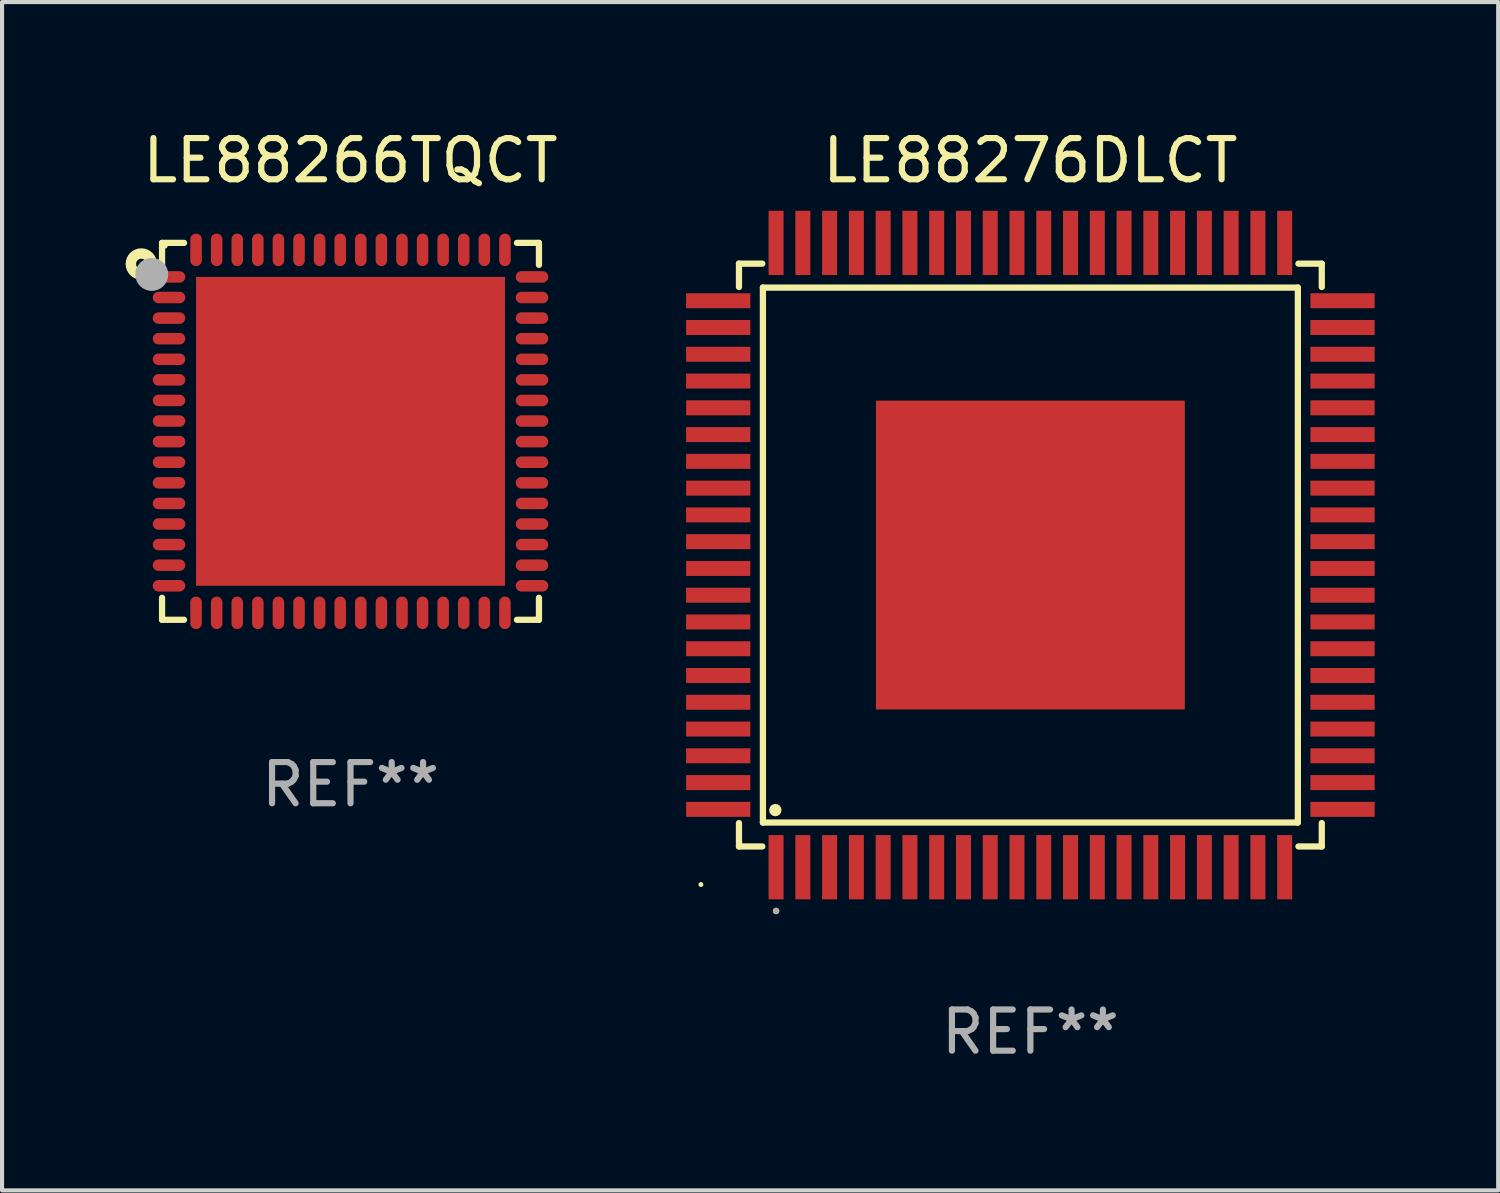
<source format=kicad_pcb>
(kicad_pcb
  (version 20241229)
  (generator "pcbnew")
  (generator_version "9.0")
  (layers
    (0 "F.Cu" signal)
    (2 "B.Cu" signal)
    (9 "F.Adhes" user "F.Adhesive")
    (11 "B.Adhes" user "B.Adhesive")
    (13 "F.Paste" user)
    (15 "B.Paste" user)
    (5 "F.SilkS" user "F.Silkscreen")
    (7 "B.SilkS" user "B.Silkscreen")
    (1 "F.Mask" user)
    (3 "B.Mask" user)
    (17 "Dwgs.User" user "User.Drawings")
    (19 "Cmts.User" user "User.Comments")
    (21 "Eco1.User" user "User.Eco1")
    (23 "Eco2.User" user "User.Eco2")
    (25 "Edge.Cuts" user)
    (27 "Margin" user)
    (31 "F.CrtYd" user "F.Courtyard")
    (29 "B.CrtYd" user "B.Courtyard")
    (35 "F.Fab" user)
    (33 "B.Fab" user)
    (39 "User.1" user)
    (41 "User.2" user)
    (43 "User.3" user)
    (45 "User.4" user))
  (footprint "LE88266TQCT"
    (layer "F.Cu")
    (at 5.461 7.424)
    (property "Reference" "LE88266TQCT" (at 0 -6.576 0) (layer "F.SilkS") (effects (font (size 1 1) (thickness 0.15))))
    (attr through_hole)
    (fp_line (start -4.576 -4.576) (end -4.042 -4.576) (stroke (width 0.152) (type solid)) (layer "F.SilkS"))
    (fp_line (start -4.576 -4.042) (end -4.576 -4.576) (stroke (width 0.152) (type solid)) (layer "F.SilkS"))
    (fp_line (start -4.576 4.042) (end -4.576 4.576) (stroke (width 0.152) (type solid)) (layer "F.SilkS"))
    (fp_line (start -4.576 4.576) (end -4.042 4.576) (stroke (width 0.152) (type solid)) (layer "F.SilkS"))
    (fp_line (start 4.576 -4.576) (end 4.042 -4.576) (stroke (width 0.152) (type solid)) (layer "F.SilkS"))
    (fp_line (start 4.576 -4.042) (end 4.576 -4.576) (stroke (width 0.152) (type solid)) (layer "F.SilkS"))
    (fp_line (start 4.576 4.042) (end 4.576 4.576) (stroke (width 0.152) (type solid)) (layer "F.SilkS"))
    (fp_line (start 4.576 4.576) (end 4.042 4.576) (stroke (width 0.152) (type solid)) (layer "F.SilkS"))
    (fp_circle (center -5.08 -4.064) (end -4.826 -4.064) (stroke (width 0.254) (type solid)) (fill no) (layer "F.SilkS"))
    (fp_circle (center -4.5 -4.5) (end -4.47 -4.5) (stroke (width 0.06) (type solid)) (fill no) (layer "F.SilkS"))
    (fp_circle (center -4.826 -3.81) (end -4.626 -3.81) (stroke (width 0.4) (type solid)) (fill no) (layer "F.Fab"))
    (fp_text user "REF**" (at 0 8.576 0) (layer "F.Fab") (effects (font (size 1 1) (thickness 0.15))))
    (pad "1" smd oval (at -4.407 -3.75) (size 0.79 0.28) (layers "F.Cu" "F.Mask" "F.Paste"))
    (pad "2" smd oval (at -4.407 -3.25) (size 0.79 0.28) (layers "F.Cu" "F.Mask" "F.Paste"))
    (pad "3" smd oval (at -4.407 -2.75) (size 0.79 0.28) (layers "F.Cu" "F.Mask" "F.Paste"))
    (pad "4" smd oval (at -4.407 -2.25) (size 0.79 0.28) (layers "F.Cu" "F.Mask" "F.Paste"))
    (pad "5" smd oval (at -4.407 -1.75) (size 0.79 0.28) (layers "F.Cu" "F.Mask" "F.Paste"))
    (pad "6" smd oval (at -4.407 -1.25) (size 0.79 0.28) (layers "F.Cu" "F.Mask" "F.Paste"))
    (pad "7" smd oval (at -4.407 -0.75) (size 0.79 0.28) (layers "F.Cu" "F.Mask" "F.Paste"))
    (pad "8" smd oval (at -4.407 -0.25) (size 0.79 0.28) (layers "F.Cu" "F.Mask" "F.Paste"))
    (pad "9" smd oval (at -4.407 0.25) (size 0.79 0.28) (layers "F.Cu" "F.Mask" "F.Paste"))
    (pad "10" smd oval (at -4.407 0.75) (size 0.79 0.28) (layers "F.Cu" "F.Mask" "F.Paste"))
    (pad "11" smd oval (at -4.407 1.25) (size 0.79 0.28) (layers "F.Cu" "F.Mask" "F.Paste"))
    (pad "12" smd oval (at -4.407 1.75) (size 0.79 0.28) (layers "F.Cu" "F.Mask" "F.Paste"))
    (pad "13" smd oval (at -4.407 2.25) (size 0.79 0.28) (layers "F.Cu" "F.Mask" "F.Paste"))
    (pad "14" smd oval (at -4.407 2.75) (size 0.79 0.28) (layers "F.Cu" "F.Mask" "F.Paste"))
    (pad "15" smd oval (at -4.407 3.25) (size 0.79 0.28) (layers "F.Cu" "F.Mask" "F.Paste"))
    (pad "16" smd oval (at -4.407 3.75) (size 0.79 0.28) (layers "F.Cu" "F.Mask" "F.Paste"))
    (pad "17" smd oval (at -3.75 4.407) (size 0.28 0.79) (layers "F.Cu" "F.Mask" "F.Paste"))
    (pad "18" smd oval (at -3.25 4.407) (size 0.28 0.79) (layers "F.Cu" "F.Mask" "F.Paste"))
    (pad "19" smd oval (at -2.75 4.407) (size 0.28 0.79) (layers "F.Cu" "F.Mask" "F.Paste"))
    (pad "20" smd oval (at -2.25 4.407) (size 0.28 0.79) (layers "F.Cu" "F.Mask" "F.Paste"))
    (pad "21" smd oval (at -1.75 4.407) (size 0.28 0.79) (layers "F.Cu" "F.Mask" "F.Paste"))
    (pad "22" smd oval (at -1.25 4.407) (size 0.28 0.79) (layers "F.Cu" "F.Mask" "F.Paste"))
    (pad "23" smd oval (at -0.75 4.407) (size 0.28 0.79) (layers "F.Cu" "F.Mask" "F.Paste"))
    (pad "24" smd oval (at -0.25 4.407) (size 0.28 0.79) (layers "F.Cu" "F.Mask" "F.Paste"))
    (pad "25" smd oval (at 0.25 4.407) (size 0.28 0.79) (layers "F.Cu" "F.Mask" "F.Paste"))
    (pad "26" smd oval (at 0.75 4.407) (size 0.28 0.79) (layers "F.Cu" "F.Mask" "F.Paste"))
    (pad "27" smd oval (at 1.25 4.407) (size 0.28 0.79) (layers "F.Cu" "F.Mask" "F.Paste"))
    (pad "28" smd oval (at 1.75 4.407) (size 0.28 0.79) (layers "F.Cu" "F.Mask" "F.Paste"))
    (pad "29" smd oval (at 2.25 4.407) (size 0.28 0.79) (layers "F.Cu" "F.Mask" "F.Paste"))
    (pad "30" smd oval (at 2.75 4.407) (size 0.28 0.79) (layers "F.Cu" "F.Mask" "F.Paste"))
    (pad "31" smd oval (at 3.25 4.407) (size 0.28 0.79) (layers "F.Cu" "F.Mask" "F.Paste"))
    (pad "32" smd oval (at 3.75 4.407) (size 0.28 0.79) (layers "F.Cu" "F.Mask" "F.Paste"))
    (pad "33" smd oval (at 4.407 3.75) (size 0.79 0.28) (layers "F.Cu" "F.Mask" "F.Paste"))
    (pad "34" smd oval (at 4.407 3.25) (size 0.79 0.28) (layers "F.Cu" "F.Mask" "F.Paste"))
    (pad "35" smd oval (at 4.407 2.75) (size 0.79 0.28) (layers "F.Cu" "F.Mask" "F.Paste"))
    (pad "36" smd oval (at 4.407 2.25) (size 0.79 0.28) (layers "F.Cu" "F.Mask" "F.Paste"))
    (pad "37" smd oval (at 4.407 1.75) (size 0.79 0.28) (layers "F.Cu" "F.Mask" "F.Paste"))
    (pad "38" smd oval (at 4.407 1.25) (size 0.79 0.28) (layers "F.Cu" "F.Mask" "F.Paste"))
    (pad "39" smd oval (at 4.407 0.75) (size 0.79 0.28) (layers "F.Cu" "F.Mask" "F.Paste"))
    (pad "40" smd oval (at 4.407 0.25) (size 0.79 0.28) (layers "F.Cu" "F.Mask" "F.Paste"))
    (pad "41" smd oval (at 4.407 -0.25) (size 0.79 0.28) (layers "F.Cu" "F.Mask" "F.Paste"))
    (pad "42" smd oval (at 4.407 -0.75) (size 0.79 0.28) (layers "F.Cu" "F.Mask" "F.Paste"))
    (pad "43" smd oval (at 4.407 -1.25) (size 0.79 0.28) (layers "F.Cu" "F.Mask" "F.Paste"))
    (pad "44" smd oval (at 4.407 -1.75) (size 0.79 0.28) (layers "F.Cu" "F.Mask" "F.Paste"))
    (pad "45" smd oval (at 4.407 -2.25) (size 0.79 0.28) (layers "F.Cu" "F.Mask" "F.Paste"))
    (pad "46" smd oval (at 4.407 -2.75) (size 0.79 0.28) (layers "F.Cu" "F.Mask" "F.Paste"))
    (pad "47" smd oval (at 4.407 -3.25) (size 0.79 0.28) (layers "F.Cu" "F.Mask" "F.Paste"))
    (pad "48" smd oval (at 4.407 -3.75) (size 0.79 0.28) (layers "F.Cu" "F.Mask" "F.Paste"))
    (pad "49" smd oval (at 3.75 -4.407) (size 0.28 0.79) (layers "F.Cu" "F.Mask" "F.Paste"))
    (pad "50" smd oval (at 3.25 -4.407) (size 0.28 0.79) (layers "F.Cu" "F.Mask" "F.Paste"))
    (pad "51" smd oval (at 2.75 -4.407) (size 0.28 0.79) (layers "F.Cu" "F.Mask" "F.Paste"))
    (pad "52" smd oval (at 2.25 -4.407) (size 0.28 0.79) (layers "F.Cu" "F.Mask" "F.Paste"))
    (pad "53" smd oval (at 1.75 -4.407) (size 0.28 0.79) (layers "F.Cu" "F.Mask" "F.Paste"))
    (pad "54" smd oval (at 1.25 -4.407) (size 0.28 0.79) (layers "F.Cu" "F.Mask" "F.Paste"))
    (pad "55" smd oval (at 0.75 -4.407) (size 0.28 0.79) (layers "F.Cu" "F.Mask" "F.Paste"))
    (pad "56" smd oval (at 0.25 -4.407) (size 0.28 0.79) (layers "F.Cu" "F.Mask" "F.Paste"))
    (pad "57" smd oval (at -0.25 -4.407) (size 0.28 0.79) (layers "F.Cu" "F.Mask" "F.Paste"))
    (pad "58" smd oval (at -0.75 -4.407) (size 0.28 0.79) (layers "F.Cu" "F.Mask" "F.Paste"))
    (pad "59" smd oval (at -1.25 -4.407) (size 0.28 0.79) (layers "F.Cu" "F.Mask" "F.Paste"))
    (pad "60" smd oval (at -1.75 -4.407) (size 0.28 0.79) (layers "F.Cu" "F.Mask" "F.Paste"))
    (pad "61" smd oval (at -2.25 -4.407) (size 0.28 0.79) (layers "F.Cu" "F.Mask" "F.Paste"))
    (pad "62" smd oval (at -2.75 -4.407) (size 0.28 0.79) (layers "F.Cu" "F.Mask" "F.Paste"))
    (pad "63" smd oval (at -3.25 -4.407) (size 0.28 0.79) (layers "F.Cu" "F.Mask" "F.Paste"))
    (pad "64" smd oval (at -3.75 -4.407) (size 0.28 0.79) (layers "F.Cu" "F.Mask" "F.Paste"))
    (pad "65" smd rect (at 0 0) (size 7.5 7.5) (layers "F.Cu" "F.Mask" "F.Paste")))
  (footprint "LE88276DLCT"
    (layer "F.Cu")
    (at 21.97 10.428)
    (property "Reference" "LE88276DLCT" (at 0 -9.58 0) (layer "F.SilkS") (effects (font (size 1 1) (thickness 0.15))))
    (attr through_hole)
    (fp_line (start -7.076 -7.076) (end -7.076 -6.509) (stroke (width 0.152) (type solid)) (layer "F.SilkS"))
    (fp_line (start -7.076 7.076) (end -7.076 6.509) (stroke (width 0.152) (type solid)) (layer "F.SilkS"))
    (fp_line (start -6.509 -7.076) (end -7.076 -7.076) (stroke (width 0.152) (type solid)) (layer "F.SilkS"))
    (fp_line (start -6.509 7.076) (end -7.076 7.076) (stroke (width 0.152) (type solid)) (layer "F.SilkS"))
    (fp_line (start -6.495 -6.495) (end 6.495 -6.495) (stroke (width 0.152) (type solid)) (layer "F.SilkS"))
    (fp_line (start -6.495 6.495) (end -6.495 -6.495) (stroke (width 0.152) (type solid)) (layer "F.SilkS"))
    (fp_line (start 6.495 -6.495) (end 6.495 6.495) (stroke (width 0.152) (type solid)) (layer "F.SilkS"))
    (fp_line (start 6.495 6.495) (end -6.495 6.495) (stroke (width 0.152) (type solid)) (layer "F.SilkS"))
    (fp_line (start 6.509 -7.076) (end 7.076 -7.076) (stroke (width 0.152) (type solid)) (layer "F.SilkS"))
    (fp_line (start 6.509 7.076) (end 7.076 7.076) (stroke (width 0.152) (type solid)) (layer "F.SilkS"))
    (fp_line (start 7.076 -7.076) (end 7.076 -6.509) (stroke (width 0.152) (type solid)) (layer "F.SilkS"))
    (fp_line (start 7.076 7.076) (end 7.076 6.509) (stroke (width 0.152) (type solid)) (layer "F.SilkS"))
    (fp_circle (center -8 8) (end -7.97 8) (stroke (width 0.06) (type solid)) (fill no) (layer "F.SilkS"))
    (fp_circle (center -6.193 6.193) (end -6.118 6.193) (stroke (width 0.15) (type solid)) (fill no) (layer "F.SilkS"))
    (fp_circle (center -6.175 8.643) (end -6.136 8.643) (stroke (width 0.078) (type solid)) (fill no) (layer "F.SilkS"))
    (fp_circle (center -6.175 8.643) (end -6.136 8.643) (stroke (width 0.078) (type solid)) (fill no) (layer "F.Fab"))
    (fp_text user "REF**" (at 0 11.58 0) (layer "F.Fab") (effects (font (size 1 1) (thickness 0.15))))
    (pad "1" smd rect (at -6.175 7.58) (size 0.364 1.56) (layers "F.Cu" "F.Mask" "F.Paste"))
    (pad "2" smd rect (at -5.525 7.58) (size 0.364 1.56) (layers "F.Cu" "F.Mask" "F.Paste"))
    (pad "3" smd rect (at -4.875 7.58) (size 0.364 1.56) (layers "F.Cu" "F.Mask" "F.Paste"))
    (pad "4" smd rect (at -4.225 7.58) (size 0.364 1.56) (layers "F.Cu" "F.Mask" "F.Paste"))
    (pad "5" smd rect (at -3.575 7.58) (size 0.364 1.56) (layers "F.Cu" "F.Mask" "F.Paste"))
    (pad "6" smd rect (at -2.925 7.58) (size 0.364 1.56) (layers "F.Cu" "F.Mask" "F.Paste"))
    (pad "7" smd rect (at -2.275 7.58) (size 0.364 1.56) (layers "F.Cu" "F.Mask" "F.Paste"))
    (pad "8" smd rect (at -1.625 7.58) (size 0.364 1.56) (layers "F.Cu" "F.Mask" "F.Paste"))
    (pad "9" smd rect (at -0.975 7.58) (size 0.364 1.56) (layers "F.Cu" "F.Mask" "F.Paste"))
    (pad "10" smd rect (at -0.325 7.58) (size 0.364 1.56) (layers "F.Cu" "F.Mask" "F.Paste"))
    (pad "11" smd rect (at 0.325 7.58) (size 0.364 1.56) (layers "F.Cu" "F.Mask" "F.Paste"))
    (pad "12" smd rect (at 0.975 7.58) (size 0.364 1.56) (layers "F.Cu" "F.Mask" "F.Paste"))
    (pad "13" smd rect (at 1.625 7.58) (size 0.364 1.56) (layers "F.Cu" "F.Mask" "F.Paste"))
    (pad "14" smd rect (at 2.275 7.58) (size 0.364 1.56) (layers "F.Cu" "F.Mask" "F.Paste"))
    (pad "15" smd rect (at 2.925 7.58) (size 0.364 1.56) (layers "F.Cu" "F.Mask" "F.Paste"))
    (pad "16" smd rect (at 3.575 7.58) (size 0.364 1.56) (layers "F.Cu" "F.Mask" "F.Paste"))
    (pad "17" smd rect (at 4.225 7.58) (size 0.364 1.56) (layers "F.Cu" "F.Mask" "F.Paste"))
    (pad "18" smd rect (at 4.875 7.58) (size 0.364 1.56) (layers "F.Cu" "F.Mask" "F.Paste"))
    (pad "19" smd rect (at 5.525 7.58) (size 0.364 1.56) (layers "F.Cu" "F.Mask" "F.Paste"))
    (pad "20" smd rect (at 6.175 7.58) (size 0.364 1.56) (layers "F.Cu" "F.Mask" "F.Paste"))
    (pad "21" smd rect (at 7.58 6.175) (size 1.56 0.364) (layers "F.Cu" "F.Mask" "F.Paste"))
    (pad "22" smd rect (at 7.58 5.525) (size 1.56 0.364) (layers "F.Cu" "F.Mask" "F.Paste"))
    (pad "23" smd rect (at 7.58 4.875) (size 1.56 0.364) (layers "F.Cu" "F.Mask" "F.Paste"))
    (pad "24" smd rect (at 7.58 4.225) (size 1.56 0.364) (layers "F.Cu" "F.Mask" "F.Paste"))
    (pad "25" smd rect (at 7.58 3.575) (size 1.56 0.364) (layers "F.Cu" "F.Mask" "F.Paste"))
    (pad "26" smd rect (at 7.58 2.925) (size 1.56 0.364) (layers "F.Cu" "F.Mask" "F.Paste"))
    (pad "27" smd rect (at 7.58 2.275) (size 1.56 0.364) (layers "F.Cu" "F.Mask" "F.Paste"))
    (pad "28" smd rect (at 7.58 1.625) (size 1.56 0.364) (layers "F.Cu" "F.Mask" "F.Paste"))
    (pad "29" smd rect (at 7.58 0.975) (size 1.56 0.364) (layers "F.Cu" "F.Mask" "F.Paste"))
    (pad "30" smd rect (at 7.58 0.325) (size 1.56 0.364) (layers "F.Cu" "F.Mask" "F.Paste"))
    (pad "31" smd rect (at 7.58 -0.325) (size 1.56 0.364) (layers "F.Cu" "F.Mask" "F.Paste"))
    (pad "32" smd rect (at 7.58 -0.975) (size 1.56 0.364) (layers "F.Cu" "F.Mask" "F.Paste"))
    (pad "33" smd rect (at 7.58 -1.625) (size 1.56 0.364) (layers "F.Cu" "F.Mask" "F.Paste"))
    (pad "34" smd rect (at 7.58 -2.275) (size 1.56 0.364) (layers "F.Cu" "F.Mask" "F.Paste"))
    (pad "35" smd rect (at 7.58 -2.925) (size 1.56 0.364) (layers "F.Cu" "F.Mask" "F.Paste"))
    (pad "36" smd rect (at 7.58 -3.575) (size 1.56 0.364) (layers "F.Cu" "F.Mask" "F.Paste"))
    (pad "37" smd rect (at 7.58 -4.225) (size 1.56 0.364) (layers "F.Cu" "F.Mask" "F.Paste"))
    (pad "38" smd rect (at 7.58 -4.875) (size 1.56 0.364) (layers "F.Cu" "F.Mask" "F.Paste"))
    (pad "39" smd rect (at 7.58 -5.525) (size 1.56 0.364) (layers "F.Cu" "F.Mask" "F.Paste"))
    (pad "40" smd rect (at 7.58 -6.175) (size 1.56 0.364) (layers "F.Cu" "F.Mask" "F.Paste"))
    (pad "41" smd rect (at 6.175 -7.58) (size 0.364 1.56) (layers "F.Cu" "F.Mask" "F.Paste"))
    (pad "42" smd rect (at 5.525 -7.58) (size 0.364 1.56) (layers "F.Cu" "F.Mask" "F.Paste"))
    (pad "43" smd rect (at 4.875 -7.58) (size 0.364 1.56) (layers "F.Cu" "F.Mask" "F.Paste"))
    (pad "44" smd rect (at 4.225 -7.58) (size 0.364 1.56) (layers "F.Cu" "F.Mask" "F.Paste"))
    (pad "45" smd rect (at 3.575 -7.58) (size 0.364 1.56) (layers "F.Cu" "F.Mask" "F.Paste"))
    (pad "46" smd rect (at 2.925 -7.58) (size 0.364 1.56) (layers "F.Cu" "F.Mask" "F.Paste"))
    (pad "47" smd rect (at 2.275 -7.58) (size 0.364 1.56) (layers "F.Cu" "F.Mask" "F.Paste"))
    (pad "48" smd rect (at 1.625 -7.58) (size 0.364 1.56) (layers "F.Cu" "F.Mask" "F.Paste"))
    (pad "49" smd rect (at 0.975 -7.58) (size 0.364 1.56) (layers "F.Cu" "F.Mask" "F.Paste"))
    (pad "50" smd rect (at 0.325 -7.58) (size 0.364 1.56) (layers "F.Cu" "F.Mask" "F.Paste"))
    (pad "51" smd rect (at -0.325 -7.58) (size 0.364 1.56) (layers "F.Cu" "F.Mask" "F.Paste"))
    (pad "52" smd rect (at -0.975 -7.58) (size 0.364 1.56) (layers "F.Cu" "F.Mask" "F.Paste"))
    (pad "53" smd rect (at -1.625 -7.58) (size 0.364 1.56) (layers "F.Cu" "F.Mask" "F.Paste"))
    (pad "54" smd rect (at -2.275 -7.58) (size 0.364 1.56) (layers "F.Cu" "F.Mask" "F.Paste"))
    (pad "55" smd rect (at -2.925 -7.58) (size 0.364 1.56) (layers "F.Cu" "F.Mask" "F.Paste"))
    (pad "56" smd rect (at -3.575 -7.58) (size 0.364 1.56) (layers "F.Cu" "F.Mask" "F.Paste"))
    (pad "57" smd rect (at -4.225 -7.58) (size 0.364 1.56) (layers "F.Cu" "F.Mask" "F.Paste"))
    (pad "58" smd rect (at -4.875 -7.58) (size 0.364 1.56) (layers "F.Cu" "F.Mask" "F.Paste"))
    (pad "59" smd rect (at -5.525 -7.58) (size 0.364 1.56) (layers "F.Cu" "F.Mask" "F.Paste"))
    (pad "60" smd rect (at -6.175 -7.58) (size 0.364 1.56) (layers "F.Cu" "F.Mask" "F.Paste"))
    (pad "61" smd rect (at -7.58 -6.175) (size 1.56 0.364) (layers "F.Cu" "F.Mask" "F.Paste"))
    (pad "62" smd rect (at -7.58 -5.525) (size 1.56 0.364) (layers "F.Cu" "F.Mask" "F.Paste"))
    (pad "63" smd rect (at -7.58 -4.875) (size 1.56 0.364) (layers "F.Cu" "F.Mask" "F.Paste"))
    (pad "64" smd rect (at -7.58 -4.225) (size 1.56 0.364) (layers "F.Cu" "F.Mask" "F.Paste"))
    (pad "65" smd rect (at -7.58 -3.575) (size 1.56 0.364) (layers "F.Cu" "F.Mask" "F.Paste"))
    (pad "66" smd rect (at -7.58 -2.925) (size 1.56 0.364) (layers "F.Cu" "F.Mask" "F.Paste"))
    (pad "67" smd rect (at -7.58 -2.275) (size 1.56 0.364) (layers "F.Cu" "F.Mask" "F.Paste"))
    (pad "68" smd rect (at -7.58 -1.625) (size 1.56 0.364) (layers "F.Cu" "F.Mask" "F.Paste"))
    (pad "69" smd rect (at -7.58 -0.975) (size 1.56 0.364) (layers "F.Cu" "F.Mask" "F.Paste"))
    (pad "70" smd rect (at -7.58 -0.325) (size 1.56 0.364) (layers "F.Cu" "F.Mask" "F.Paste"))
    (pad "71" smd rect (at -7.58 0.325) (size 1.56 0.364) (layers "F.Cu" "F.Mask" "F.Paste"))
    (pad "72" smd rect (at -7.58 0.975) (size 1.56 0.364) (layers "F.Cu" "F.Mask" "F.Paste"))
    (pad "73" smd rect (at -7.58 1.625) (size 1.56 0.364) (layers "F.Cu" "F.Mask" "F.Paste"))
    (pad "74" smd rect (at -7.58 2.275) (size 1.56 0.364) (layers "F.Cu" "F.Mask" "F.Paste"))
    (pad "75" smd rect (at -7.58 2.925) (size 1.56 0.364) (layers "F.Cu" "F.Mask" "F.Paste"))
    (pad "76" smd rect (at -7.58 3.575) (size 1.56 0.364) (layers "F.Cu" "F.Mask" "F.Paste"))
    (pad "77" smd rect (at -7.58 4.225) (size 1.56 0.364) (layers "F.Cu" "F.Mask" "F.Paste"))
    (pad "78" smd rect (at -7.58 4.875) (size 1.56 0.364) (layers "F.Cu" "F.Mask" "F.Paste"))
    (pad "79" smd rect (at -7.58 5.525) (size 1.56 0.364) (layers "F.Cu" "F.Mask" "F.Paste"))
    (pad "80" smd rect (at -7.58 6.175) (size 1.56 0.364) (layers "F.Cu" "F.Mask" "F.Paste"))
    (pad "81" smd rect (at 0 0) (size 7.5 7.5) (layers "F.Cu" "F.Mask" "F.Paste")))
  (gr_rect
    (start -3 -3)
    (end 33.33 25.856)
    (stroke (width 0.1) (type default))
    (fill no)
    (layer "Edge.Cuts")))
</source>
